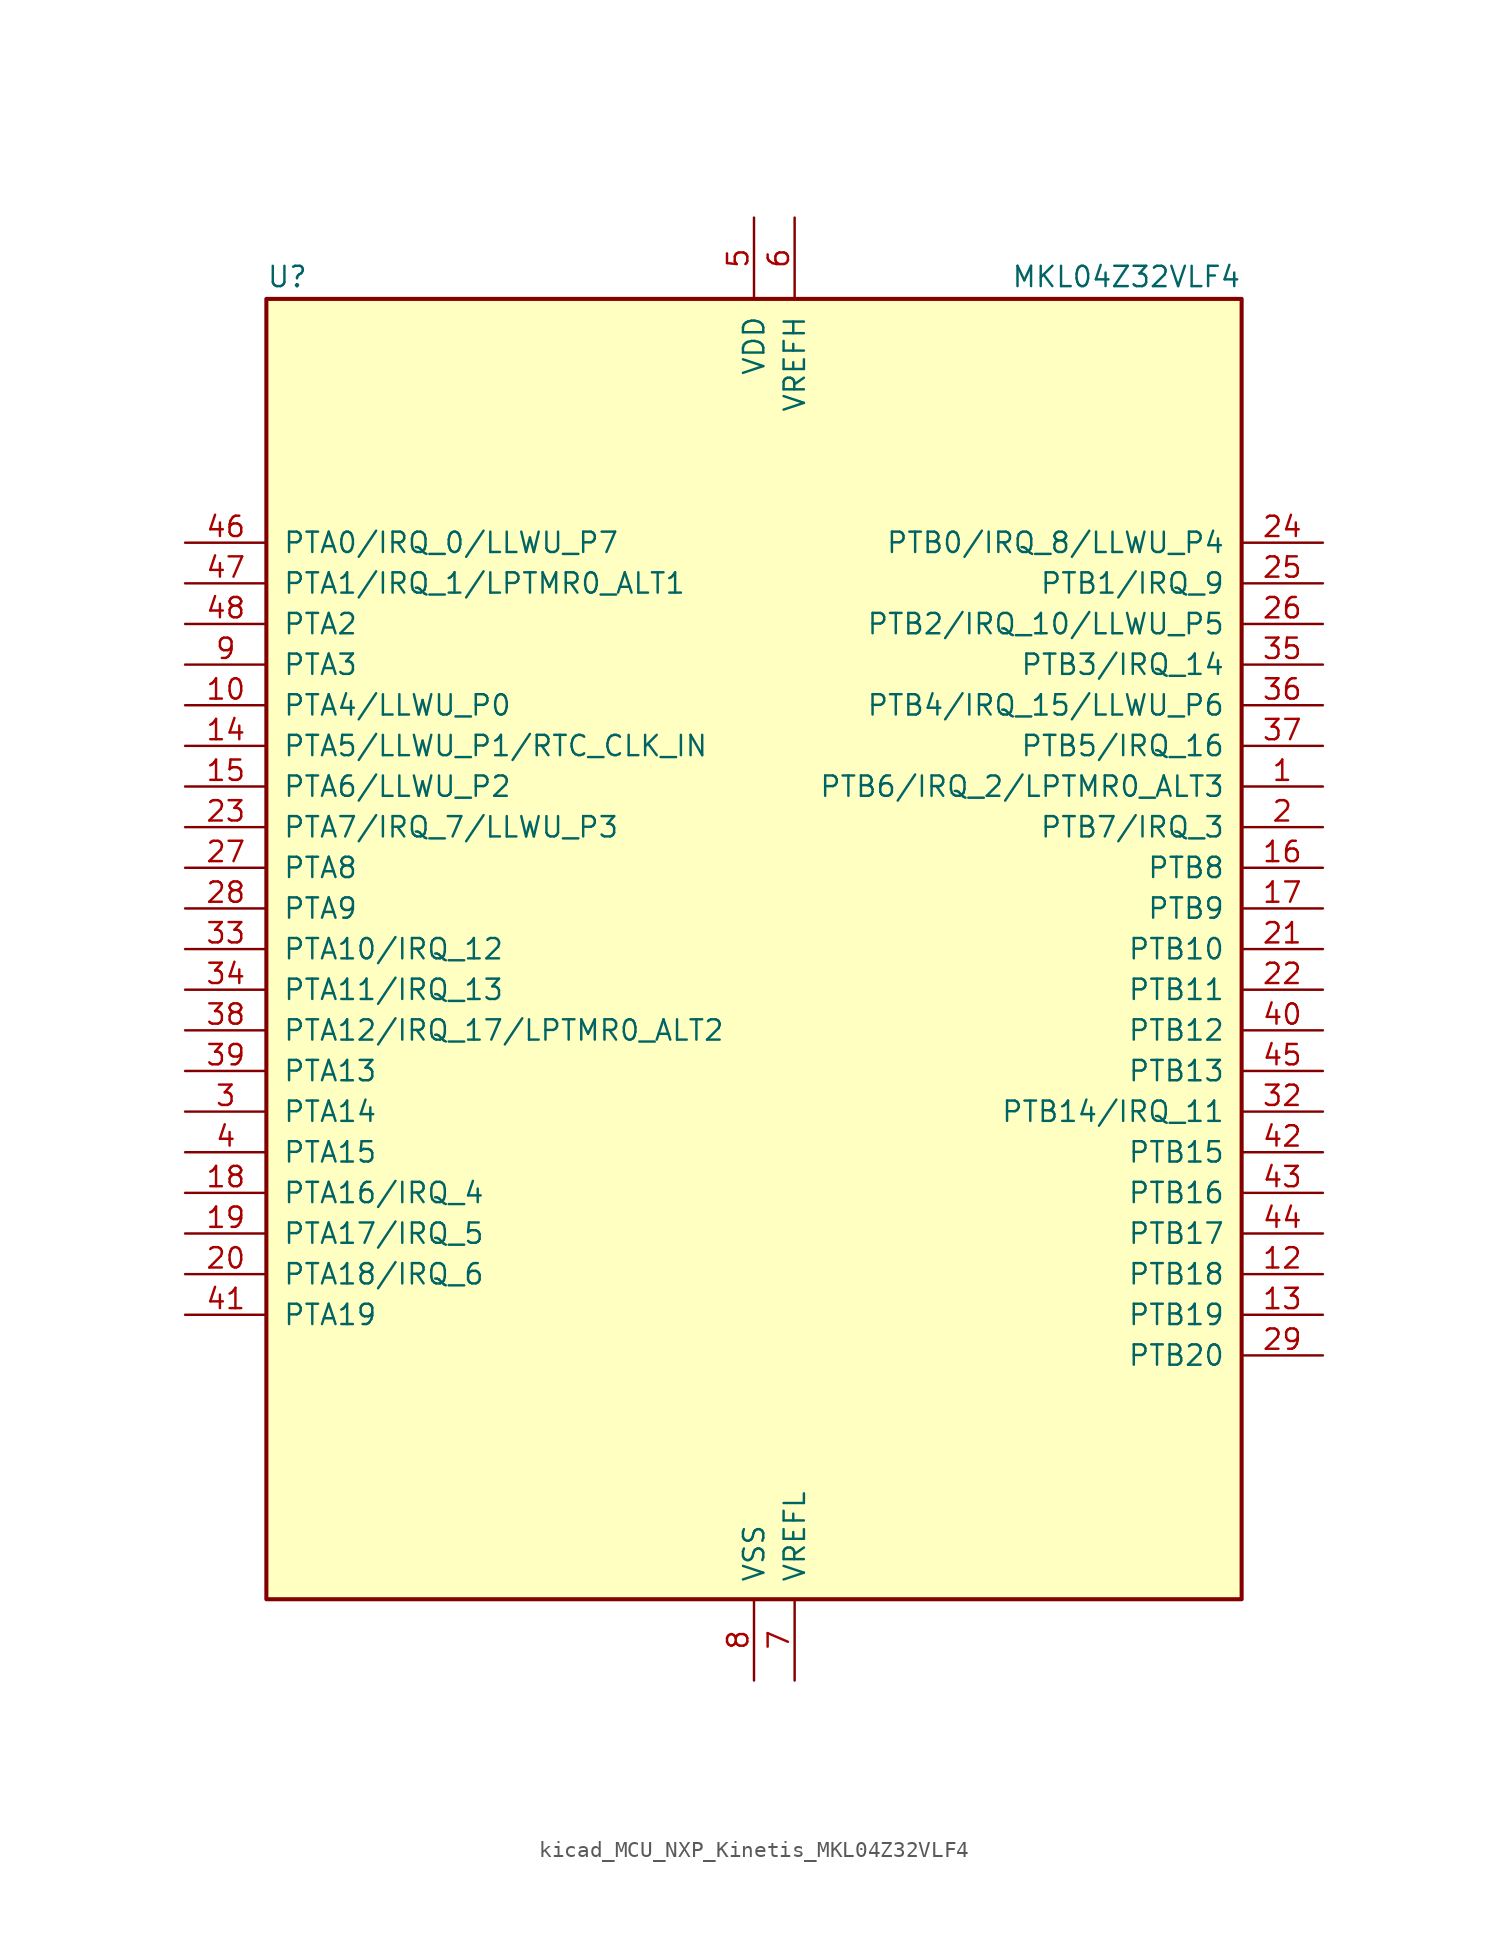
<source format=kicad_sym>
(kicad_symbol_lib
  (version 20220914)
  (generator kicad_symbol_editor)
  (symbol "kicad_MCU_NXP_Kinetis_MKL04Z32VLF4"
    (pin_names
      (offset 1.016))
    (property "Reference" "U"
      (at -30.48 41.275 0)
      (effects (font (size 1.27 1.27)) (justify left bottom)))
    (property "Value" "MKL04Z32VLF4"
      (at 30.48 41.275 0)
      (effects (font (size 1.27 1.27)) (justify right bottom)))
    (symbol "kicad_MCU_NXP_Kinetis_MKL04Z32VLF4_0_1"
      (rectangle (start -30.48 40.64) (end 30.48 -40.64) (stroke (width 0.254) (type default)) (fill (type background))))
    (symbol "kicad_MCU_NXP_Kinetis_MKL04Z32VLF4_1_1"
      (pin bidirectional line (at 35.56 10.16 180) (length 5.08) (name "PTB6/IRQ_2/LPTMR0_ALT3" (effects (font (size 1.27 1.27)))) (number "1" (effects (font (size 1.27 1.27)))))
      (pin bidirectional line (at -35.56 15.24 0) (length 5.08) (name "PTA4/LLWU_P0" (effects (font (size 1.27 1.27)))) (number "10" (effects (font (size 1.27 1.27)))))
      (pin passive line (at 0 -45.72 90) (length 5.08) hide (name "VSS" (effects (font (size 1.27 1.27)))) (number "11" (effects (font (size 1.27 1.27)))))
      (pin bidirectional line (at 35.56 -20.32 180) (length 5.08) (name "PTB18" (effects (font (size 1.27 1.27)))) (number "12" (effects (font (size 1.27 1.27)))))
      (pin bidirectional line (at 35.56 -22.86 180) (length 5.08) (name "PTB19" (effects (font (size 1.27 1.27)))) (number "13" (effects (font (size 1.27 1.27)))))
      (pin bidirectional line (at -35.56 12.7 0) (length 5.08) (name "PTA5/LLWU_P1/RTC_CLK_IN" (effects (font (size 1.27 1.27)))) (number "14" (effects (font (size 1.27 1.27)))))
      (pin bidirectional line (at -35.56 10.16 0) (length 5.08) (name "PTA6/LLWU_P2" (effects (font (size 1.27 1.27)))) (number "15" (effects (font (size 1.27 1.27)))))
      (pin bidirectional line (at 35.56 5.08 180) (length 5.08) (name "PTB8" (effects (font (size 1.27 1.27)))) (number "16" (effects (font (size 1.27 1.27)))))
      (pin bidirectional line (at 35.56 2.54 180) (length 5.08) (name "PTB9" (effects (font (size 1.27 1.27)))) (number "17" (effects (font (size 1.27 1.27)))))
      (pin bidirectional line (at -35.56 -15.24 0) (length 5.08) (name "PTA16/IRQ_4" (effects (font (size 1.27 1.27)))) (number "18" (effects (font (size 1.27 1.27)))))
      (pin bidirectional line (at -35.56 -17.78 0) (length 5.08) (name "PTA17/IRQ_5" (effects (font (size 1.27 1.27)))) (number "19" (effects (font (size 1.27 1.27)))))
      (pin bidirectional line (at 35.56 7.62 180) (length 5.08) (name "PTB7/IRQ_3" (effects (font (size 1.27 1.27)))) (number "2" (effects (font (size 1.27 1.27)))))
      (pin bidirectional line (at -35.56 -20.32 0) (length 5.08) (name "PTA18/IRQ_6" (effects (font (size 1.27 1.27)))) (number "20" (effects (font (size 1.27 1.27)))))
      (pin bidirectional line (at 35.56 0 180) (length 5.08) (name "PTB10" (effects (font (size 1.27 1.27)))) (number "21" (effects (font (size 1.27 1.27)))))
      (pin bidirectional line (at 35.56 -2.54 180) (length 5.08) (name "PTB11" (effects (font (size 1.27 1.27)))) (number "22" (effects (font (size 1.27 1.27)))))
      (pin bidirectional line (at -35.56 7.62 0) (length 5.08) (name "PTA7/IRQ_7/LLWU_P3" (effects (font (size 1.27 1.27)))) (number "23" (effects (font (size 1.27 1.27)))))
      (pin bidirectional line (at 35.56 25.4 180) (length 5.08) (name "PTB0/IRQ_8/LLWU_P4" (effects (font (size 1.27 1.27)))) (number "24" (effects (font (size 1.27 1.27)))))
      (pin bidirectional line (at 35.56 22.86 180) (length 5.08) (name "PTB1/IRQ_9" (effects (font (size 1.27 1.27)))) (number "25" (effects (font (size 1.27 1.27)))))
      (pin bidirectional line (at 35.56 20.32 180) (length 5.08) (name "PTB2/IRQ_10/LLWU_P5" (effects (font (size 1.27 1.27)))) (number "26" (effects (font (size 1.27 1.27)))))
      (pin bidirectional line (at -35.56 5.08 0) (length 5.08) (name "PTA8" (effects (font (size 1.27 1.27)))) (number "27" (effects (font (size 1.27 1.27)))))
      (pin bidirectional line (at -35.56 2.54 0) (length 5.08) (name "PTA9" (effects (font (size 1.27 1.27)))) (number "28" (effects (font (size 1.27 1.27)))))
      (pin bidirectional line (at 35.56 -25.4 180) (length 5.08) (name "PTB20" (effects (font (size 1.27 1.27)))) (number "29" (effects (font (size 1.27 1.27)))))
      (pin bidirectional line (at -35.56 -10.16 0) (length 5.08) (name "PTA14" (effects (font (size 1.27 1.27)))) (number "3" (effects (font (size 1.27 1.27)))))
      (pin passive line (at 0 -45.72 90) (length 5.08) hide (name "VSS" (effects (font (size 1.27 1.27)))) (number "30" (effects (font (size 1.27 1.27)))))
      (pin passive line (at 0 45.72 270) (length 5.08) hide (name "VDD" (effects (font (size 1.27 1.27)))) (number "31" (effects (font (size 1.27 1.27)))))
      (pin bidirectional line (at 35.56 -10.16 180) (length 5.08) (name "PTB14/IRQ_11" (effects (font (size 1.27 1.27)))) (number "32" (effects (font (size 1.27 1.27)))))
      (pin bidirectional line (at -35.56 0 0) (length 5.08) (name "PTA10/IRQ_12" (effects (font (size 1.27 1.27)))) (number "33" (effects (font (size 1.27 1.27)))))
      (pin bidirectional line (at -35.56 -2.54 0) (length 5.08) (name "PTA11/IRQ_13" (effects (font (size 1.27 1.27)))) (number "34" (effects (font (size 1.27 1.27)))))
      (pin bidirectional line (at 35.56 17.78 180) (length 5.08) (name "PTB3/IRQ_14" (effects (font (size 1.27 1.27)))) (number "35" (effects (font (size 1.27 1.27)))))
      (pin bidirectional line (at 35.56 15.24 180) (length 5.08) (name "PTB4/IRQ_15/LLWU_P6" (effects (font (size 1.27 1.27)))) (number "36" (effects (font (size 1.27 1.27)))))
      (pin bidirectional line (at 35.56 12.7 180) (length 5.08) (name "PTB5/IRQ_16" (effects (font (size 1.27 1.27)))) (number "37" (effects (font (size 1.27 1.27)))))
      (pin bidirectional line (at -35.56 -5.08 0) (length 5.08) (name "PTA12/IRQ_17/LPTMR0_ALT2" (effects (font (size 1.27 1.27)))) (number "38" (effects (font (size 1.27 1.27)))))
      (pin bidirectional line (at -35.56 -7.62 0) (length 5.08) (name "PTA13" (effects (font (size 1.27 1.27)))) (number "39" (effects (font (size 1.27 1.27)))))
      (pin bidirectional line (at -35.56 -12.7 0) (length 5.08) (name "PTA15" (effects (font (size 1.27 1.27)))) (number "4" (effects (font (size 1.27 1.27)))))
      (pin bidirectional line (at 35.56 -5.08 180) (length 5.08) (name "PTB12" (effects (font (size 1.27 1.27)))) (number "40" (effects (font (size 1.27 1.27)))))
      (pin bidirectional line (at -35.56 -22.86 0) (length 5.08) (name "PTA19" (effects (font (size 1.27 1.27)))) (number "41" (effects (font (size 1.27 1.27)))))
      (pin bidirectional line (at 35.56 -12.7 180) (length 5.08) (name "PTB15" (effects (font (size 1.27 1.27)))) (number "42" (effects (font (size 1.27 1.27)))))
      (pin bidirectional line (at 35.56 -15.24 180) (length 5.08) (name "PTB16" (effects (font (size 1.27 1.27)))) (number "43" (effects (font (size 1.27 1.27)))))
      (pin bidirectional line (at 35.56 -17.78 180) (length 5.08) (name "PTB17" (effects (font (size 1.27 1.27)))) (number "44" (effects (font (size 1.27 1.27)))))
      (pin bidirectional line (at 35.56 -7.62 180) (length 5.08) (name "PTB13" (effects (font (size 1.27 1.27)))) (number "45" (effects (font (size 1.27 1.27)))))
      (pin bidirectional line (at -35.56 25.4 0) (length 5.08) (name "PTA0/IRQ_0/LLWU_P7" (effects (font (size 1.27 1.27)))) (number "46" (effects (font (size 1.27 1.27)))))
      (pin bidirectional line (at -35.56 22.86 0) (length 5.08) (name "PTA1/IRQ_1/LPTMR0_ALT1" (effects (font (size 1.27 1.27)))) (number "47" (effects (font (size 1.27 1.27)))))
      (pin bidirectional line (at -35.56 20.32 0) (length 5.08) (name "PTA2" (effects (font (size 1.27 1.27)))) (number "48" (effects (font (size 1.27 1.27)))))
      (pin power_in line (at 0 45.72 270) (length 5.08) (name "VDD" (effects (font (size 1.27 1.27)))) (number "5" (effects (font (size 1.27 1.27)))))
      (pin power_in line (at 2.54 45.72 270) (length 5.08) (name "VREFH" (effects (font (size 1.27 1.27)))) (number "6" (effects (font (size 1.27 1.27)))))
      (pin power_in line (at 2.54 -45.72 90) (length 5.08) (name "VREFL" (effects (font (size 1.27 1.27)))) (number "7" (effects (font (size 1.27 1.27)))))
      (pin power_in line (at 0 -45.72 90) (length 5.08) (name "VSS" (effects (font (size 1.27 1.27)))) (number "8" (effects (font (size 1.27 1.27)))))
      (pin bidirectional line (at -35.56 17.78 0) (length 5.08) (name "PTA3" (effects (font (size 1.27 1.27)))) (number "9" (effects (font (size 1.27 1.27))))))))
</source>
